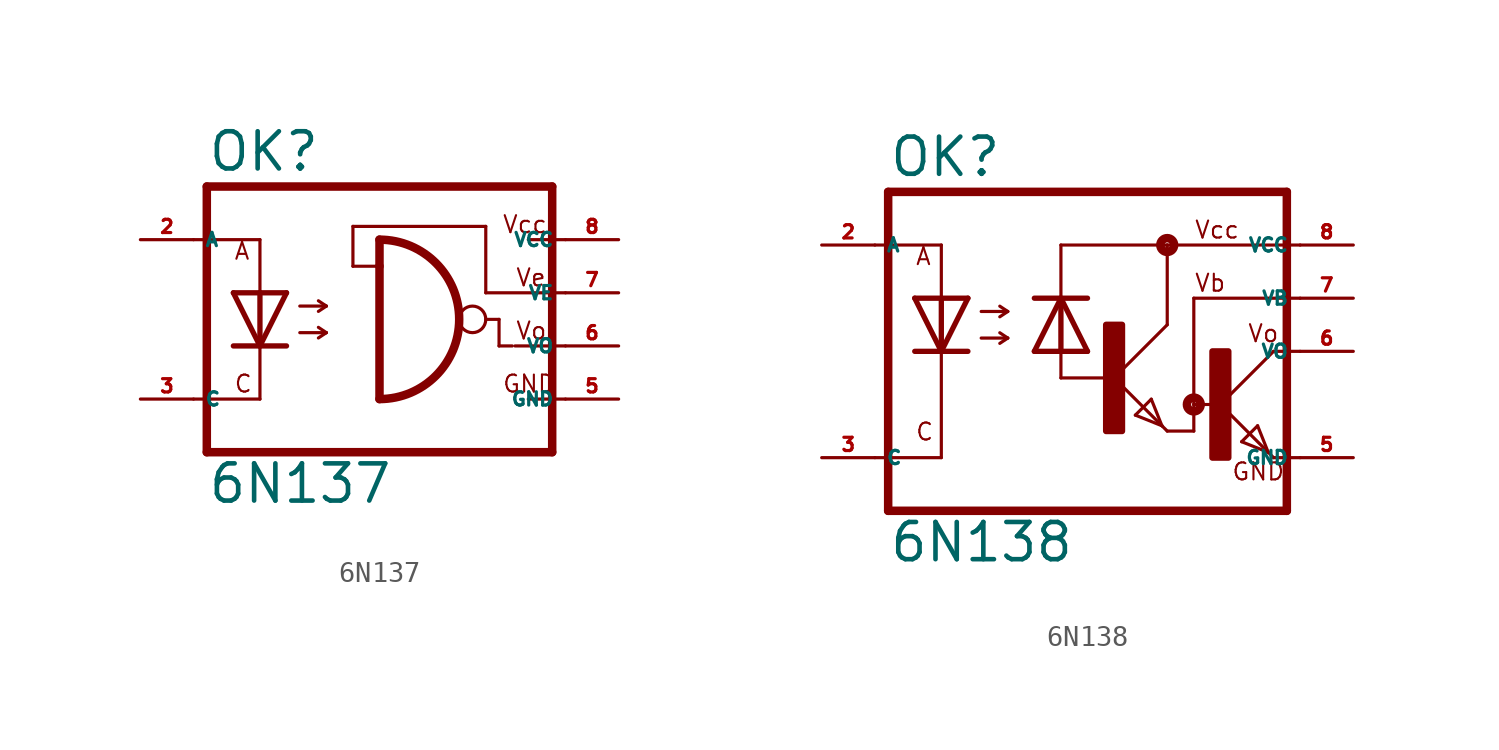
<source format=kicad_sym>
(kicad_symbol_lib
  (version 20220914)
  (generator kicad_symbol_editor)
  (symbol "6N137"
    (property "Reference" "OK"
      (at -9.525 8.255 0)
      (effects (font (size 1.778 1.778) (thickness 0.22)) (justify left bottom)))
    (property "Value" "6N137"
      (at -9.525 -7.62 0)
      (effects (font (size 1.778 1.778) (thickness 0.22)) (justify left bottom)))
    (symbol "6N137_1_1"
      (arc (start -1.27 -2.54) (mid 2.5234 1.27) (end -1.27 5.08) (stroke (width 0.4064) (type default)) (fill (type none)))
      (polyline (pts (xy -10.16 -2.54) (xy -6.985 -2.54)) (stroke (width 0.152) (type default)) (fill (type none)))
      (polyline (pts (xy -10.16 5.08) (xy -6.985 5.08)) (stroke (width 0.152) (type default)) (fill (type none)))
      (polyline (pts (xy -9.525 7.62) (xy -9.525 -5.08)) (stroke (width 0.406) (type default)) (fill (type none)))
      (polyline (pts (xy -6.985 -2.54) (xy -6.985 0)) (stroke (width 0.152) (type default)) (fill (type none)))
      (polyline (pts (xy -6.985 0) (xy -8.255 0)) (stroke (width 0.254) (type default)) (fill (type none)))
      (polyline (pts (xy -6.985 0) (xy -8.255 2.54)) (stroke (width 0.254) (type default)) (fill (type none)))
      (polyline (pts (xy -6.985 2.54) (xy -8.255 2.54)) (stroke (width 0.254) (type default)) (fill (type none)))
      (polyline (pts (xy -6.985 2.54) (xy -6.985 0)) (stroke (width 0.254) (type default)) (fill (type none)))
      (polyline (pts (xy -6.985 2.54) (xy -6.985 5.08)) (stroke (width 0.152) (type default)) (fill (type none)))
      (polyline (pts (xy -5.715 0) (xy -6.985 0)) (stroke (width 0.254) (type default)) (fill (type none)))
      (polyline (pts (xy -5.715 2.54) (xy -6.985 0)) (stroke (width 0.254) (type default)) (fill (type none)))
      (polyline (pts (xy -5.715 2.54) (xy -6.985 2.54)) (stroke (width 0.254) (type default)) (fill (type none)))
      (polyline (pts (xy -5.08 0.635) (xy -3.81 0.635)) (stroke (width 0.152) (type default)) (fill (type none)))
      (polyline (pts (xy -5.08 1.905) (xy -3.81 1.905)) (stroke (width 0.152) (type default)) (fill (type none)))
      (polyline (pts (xy -3.81 0.635) (xy -4.191 0.381)) (stroke (width 0.152) (type default)) (fill (type none)))
      (polyline (pts (xy -3.81 0.635) (xy -4.191 0.889)) (stroke (width 0.152) (type default)) (fill (type none)))
      (polyline (pts (xy -3.81 1.905) (xy -4.191 1.651)) (stroke (width 0.152) (type default)) (fill (type none)))
      (polyline (pts (xy -3.81 1.905) (xy -4.191 2.159)) (stroke (width 0.152) (type default)) (fill (type none)))
      (polyline (pts (xy -2.54 3.81) (xy -2.54 5.715)) (stroke (width 0.152) (type default)) (fill (type none)))
      (polyline (pts (xy -2.54 5.715) (xy 3.81 5.715)) (stroke (width 0.152) (type default)) (fill (type none)))
      (polyline (pts (xy -1.27 3.81) (xy -2.54 3.81)) (stroke (width 0.152) (type default)) (fill (type none)))
      (polyline (pts (xy -1.27 3.81) (xy -1.27 -2.54)) (stroke (width 0.406) (type default)) (fill (type none)))
      (polyline (pts (xy -1.27 5.08) (xy -1.27 3.81)) (stroke (width 0.406) (type default)) (fill (type none)))
      (polyline (pts (xy 3.81 1.27) (xy 4.445 1.27)) (stroke (width 0.152) (type default)) (fill (type none)))
      (polyline (pts (xy 3.81 2.54) (xy 7.62 2.54)) (stroke (width 0.152) (type default)) (fill (type none)))
      (polyline (pts (xy 3.81 5.715) (xy 3.81 2.54)) (stroke (width 0.152) (type default)) (fill (type none)))
      (polyline (pts (xy 4.445 0) (xy 5.08 0)) (stroke (width 0.152) (type default)) (fill (type none)))
      (polyline (pts (xy 4.445 1.27) (xy 4.445 0)) (stroke (width 0.152) (type default)) (fill (type none)))
      (polyline (pts (xy 5.207 0) (xy 7.62 0)) (stroke (width 0.152) (type default)) (fill (type none)))
      (polyline (pts (xy 5.842 -2.54) (xy 7.62 -2.54)) (stroke (width 0.152) (type default)) (fill (type none)))
      (polyline (pts (xy 5.842 5.08) (xy 7.62 5.08)) (stroke (width 0.152) (type default)) (fill (type none)))
      (polyline (pts (xy 6.985 -5.08) (xy -9.525 -5.08)) (stroke (width 0.406) (type default)) (fill (type none)))
      (polyline (pts (xy 6.985 7.62) (xy -9.525 7.62)) (stroke (width 0.406) (type default)) (fill (type none)))
      (polyline (pts (xy 6.985 7.62) (xy 6.985 -5.08)) (stroke (width 0.406) (type default)) (fill (type none)))
      (circle (center 3.175 1.27) (radius 0.635) (stroke (width 0.152) (type default)) (fill (type none)))
      (text "A" (at -8.255 4.064 0) (effects (font (size 0.813 0.813) (thickness 0.1)) (justify left bottom)))
      (text "C" (at -8.255 -2.286 0) (effects (font (size 0.813 0.813) (thickness 0.1)) (justify left bottom)))
      (text "GND" (at 4.572 -2.286 0) (effects (font (size 0.813 0.813) (thickness 0.1)) (justify left bottom)))
      (text "Vcc" (at 4.572 5.334 0) (effects (font (size 0.813 0.813) (thickness 0.1)) (justify left bottom)))
      (text "Ve" (at 5.207 2.794 0) (effects (font (size 0.813 0.813) (thickness 0.1)) (justify left bottom)))
      (text "Vo" (at 5.207 0.254 0) (effects (font (size 0.813 0.813) (thickness 0.1)) (justify left bottom)))
      (pin passive line (at -12.7 5.08 0) (length 2.54) (name "A" (effects (font (size 0.635 0.635)))) (number "2" (effects (font (size 0.635 0.635)))))
      (pin passive line (at -12.7 -2.54 0) (length 2.54) (name "C" (effects (font (size 0.635 0.635)))) (number "3" (effects (font (size 0.635 0.635)))))
      (pin passive line (at 10.16 -2.54 180) (length 2.54) (name "GND" (effects (font (size 0.635 0.635)))) (number "5" (effects (font (size 0.635 0.635)))))
      (pin passive line (at 10.16 0 180) (length 2.54) (name "VO" (effects (font (size 0.635 0.635)))) (number "6" (effects (font (size 0.635 0.635)))))
      (pin passive line (at 10.16 2.54 180) (length 2.54) (name "VE" (effects (font (size 0.635 0.635)))) (number "7" (effects (font (size 0.635 0.635)))))
      (pin passive line (at 10.16 5.08 180) (length 2.54) (name "VCC" (effects (font (size 0.635 0.635)))) (number "8" (effects (font (size 0.635 0.635)))))))
  (symbol "6N138"
    (property "Reference" "OK"
      (at -9.525 8.255 0)
      (effects (font (size 1.778 1.778) (thickness 0.22)) (justify left bottom)))
    (property "Value" "6N138"
      (at -9.525 -10.16 0)
      (effects (font (size 1.778 1.778) (thickness 0.22)) (justify left bottom)))
    (symbol "6N138_1_1"
      (polyline (pts (xy -10.16 -5.08) (xy -6.985 -5.08)) (stroke (width 0.152) (type default)) (fill (type none)))
      (polyline (pts (xy -10.16 5.08) (xy -6.985 5.08)) (stroke (width 0.152) (type default)) (fill (type none)))
      (polyline (pts (xy -9.525 7.62) (xy -9.525 -7.62)) (stroke (width 0.406) (type default)) (fill (type none)))
      (polyline (pts (xy -6.985 -5.08) (xy -6.985 0)) (stroke (width 0.152) (type default)) (fill (type none)))
      (polyline (pts (xy -6.985 0) (xy -8.255 0)) (stroke (width 0.254) (type default)) (fill (type none)))
      (polyline (pts (xy -6.985 0) (xy -8.255 2.54)) (stroke (width 0.254) (type default)) (fill (type none)))
      (polyline (pts (xy -6.985 2.54) (xy -8.255 2.54)) (stroke (width 0.254) (type default)) (fill (type none)))
      (polyline (pts (xy -6.985 2.54) (xy -6.985 0)) (stroke (width 0.254) (type default)) (fill (type none)))
      (polyline (pts (xy -6.985 2.54) (xy -6.985 5.08)) (stroke (width 0.152) (type default)) (fill (type none)))
      (polyline (pts (xy -5.715 0) (xy -6.985 0)) (stroke (width 0.254) (type default)) (fill (type none)))
      (polyline (pts (xy -5.715 2.54) (xy -6.985 0)) (stroke (width 0.254) (type default)) (fill (type none)))
      (polyline (pts (xy -5.715 2.54) (xy -6.985 2.54)) (stroke (width 0.254) (type default)) (fill (type none)))
      (polyline (pts (xy -5.08 0.635) (xy -3.81 0.635)) (stroke (width 0.152) (type default)) (fill (type none)))
      (polyline (pts (xy -5.08 1.905) (xy -3.81 1.905)) (stroke (width 0.152) (type default)) (fill (type none)))
      (polyline (pts (xy -3.81 0.635) (xy -4.191 0.381)) (stroke (width 0.152) (type default)) (fill (type none)))
      (polyline (pts (xy -3.81 0.635) (xy -4.191 0.889)) (stroke (width 0.152) (type default)) (fill (type none)))
      (polyline (pts (xy -3.81 1.905) (xy -4.191 1.651)) (stroke (width 0.152) (type default)) (fill (type none)))
      (polyline (pts (xy -3.81 1.905) (xy -4.191 2.159)) (stroke (width 0.152) (type default)) (fill (type none)))
      (polyline (pts (xy -2.54 0) (xy -1.27 0)) (stroke (width 0.254) (type default)) (fill (type none)))
      (polyline (pts (xy -2.54 0) (xy -1.27 2.54)) (stroke (width 0.254) (type default)) (fill (type none)))
      (polyline (pts (xy -2.54 2.54) (xy -1.27 2.54)) (stroke (width 0.254) (type default)) (fill (type none)))
      (polyline (pts (xy -1.27 -1.27) (xy -1.27 0)) (stroke (width 0.152) (type default)) (fill (type none)))
      (polyline (pts (xy -1.27 -1.27) (xy 1.27 -1.27)) (stroke (width 0.152) (type default)) (fill (type none)))
      (polyline (pts (xy -1.27 0) (xy -1.27 2.54)) (stroke (width 0.254) (type default)) (fill (type none)))
      (polyline (pts (xy -1.27 0) (xy 0 0)) (stroke (width 0.254) (type default)) (fill (type none)))
      (polyline (pts (xy -1.27 2.54) (xy 0 0)) (stroke (width 0.254) (type default)) (fill (type none)))
      (polyline (pts (xy -1.27 2.54) (xy 0 2.54)) (stroke (width 0.254) (type default)) (fill (type none)))
      (polyline (pts (xy -1.27 5.08) (xy -1.27 2.54)) (stroke (width 0.152) (type default)) (fill (type none)))
      (polyline (pts (xy 1.27 -1.27) (xy 3.556 -3.556)) (stroke (width 0.152) (type default)) (fill (type none)))
      (polyline (pts (xy 2.286 -3.048) (xy 3.048 -2.286)) (stroke (width 0.152) (type default)) (fill (type none)))
      (polyline (pts (xy 3.048 -2.286) (xy 3.556 -3.556)) (stroke (width 0.152) (type default)) (fill (type none)))
      (polyline (pts (xy 3.556 -3.556) (xy 2.286 -3.048)) (stroke (width 0.152) (type default)) (fill (type none)))
      (polyline (pts (xy 3.556 -3.556) (xy 3.81 -3.81)) (stroke (width 0.152) (type default)) (fill (type none)))
      (polyline (pts (xy 3.81 -3.81) (xy 5.08 -3.81)) (stroke (width 0.152) (type default)) (fill (type none)))
      (polyline (pts (xy 3.81 1.27) (xy 1.27 -1.27)) (stroke (width 0.152) (type default)) (fill (type none)))
      (polyline (pts (xy 3.81 1.27) (xy 3.81 5.08)) (stroke (width 0.152) (type default)) (fill (type none)))
      (polyline (pts (xy 3.81 5.08) (xy -1.27 5.08)) (stroke (width 0.152) (type default)) (fill (type none)))
      (polyline (pts (xy 3.81 5.08) (xy 10.16 5.08)) (stroke (width 0.152) (type default)) (fill (type none)))
      (polyline (pts (xy 5.08 -3.81) (xy 5.08 -2.54)) (stroke (width 0.152) (type default)) (fill (type none)))
      (polyline (pts (xy 5.08 -2.54) (xy 5.08 2.54)) (stroke (width 0.152) (type default)) (fill (type none)))
      (polyline (pts (xy 5.08 -2.54) (xy 6.35 -2.54)) (stroke (width 0.152) (type default)) (fill (type none)))
      (polyline (pts (xy 5.08 2.54) (xy 10.16 2.54)) (stroke (width 0.152) (type default)) (fill (type none)))
      (polyline (pts (xy 6.35 -2.54) (xy 8.636 -4.826)) (stroke (width 0.152) (type default)) (fill (type none)))
      (polyline (pts (xy 7.366 -4.318) (xy 8.128 -3.556)) (stroke (width 0.152) (type default)) (fill (type none)))
      (polyline (pts (xy 8.128 -3.556) (xy 8.636 -4.826)) (stroke (width 0.152) (type default)) (fill (type none)))
      (polyline (pts (xy 8.636 -4.826) (xy 7.366 -4.318)) (stroke (width 0.152) (type default)) (fill (type none)))
      (polyline (pts (xy 8.636 -4.826) (xy 8.89 -5.08)) (stroke (width 0.152) (type default)) (fill (type none)))
      (polyline (pts (xy 8.89 -5.08) (xy 10.16 -5.08)) (stroke (width 0.152) (type default)) (fill (type none)))
      (polyline (pts (xy 8.89 0) (xy 6.35 -2.54)) (stroke (width 0.152) (type default)) (fill (type none)))
      (polyline (pts (xy 8.89 0) (xy 10.16 0)) (stroke (width 0.152) (type default)) (fill (type none)))
      (polyline (pts (xy 9.525 -7.62) (xy -9.525 -7.62)) (stroke (width 0.406) (type default)) (fill (type none)))
      (polyline (pts (xy 9.525 7.62) (xy -9.525 7.62)) (stroke (width 0.406) (type default)) (fill (type none)))
      (polyline (pts (xy 9.525 7.62) (xy 9.525 -7.62)) (stroke (width 0.406) (type default)) (fill (type none)))
      (rectangle (start 0.889 -3.81) (end 1.651 1.27) (stroke (width 0.3) (type default)) (fill (type outline)))
      (circle (center 3.81 5.08) (radius 0.127) (stroke (width 0.406) (type default)) (fill (type none)))
      (circle (center 5.08 -2.54) (radius 0.127) (stroke (width 0.406) (type default)) (fill (type none)))
      (rectangle (start 5.969 -5.08) (end 6.731 0) (stroke (width 0.3) (type default)) (fill (type outline)))
      (text "A" (at -8.255 4.064 0) (effects (font (size 0.813 0.813) (thickness 0.1)) (justify left bottom)))
      (text "C" (at -8.255 -4.318 0) (effects (font (size 0.813 0.813) (thickness 0.1)) (justify left bottom)))
      (text "GND" (at 6.858 -6.223 0) (effects (font (size 0.813 0.813) (thickness 0.1)) (justify left bottom)))
      (text "Vb" (at 5.08 2.794 0) (effects (font (size 0.813 0.813) (thickness 0.1)) (justify left bottom)))
      (text "Vcc" (at 5.08 5.334 0) (effects (font (size 0.813 0.813) (thickness 0.1)) (justify left bottom)))
      (text "Vo" (at 7.62 0.381 0) (effects (font (size 0.813 0.813) (thickness 0.1)) (justify left bottom)))
      (pin passive line (at -12.7 5.08 0) (length 2.54) (name "A" (effects (font (size 0.635 0.635)))) (number "2" (effects (font (size 0.635 0.635)))))
      (pin passive line (at -12.7 -5.08 0) (length 2.54) (name "C" (effects (font (size 0.635 0.635)))) (number "3" (effects (font (size 0.635 0.635)))))
      (pin passive line (at 12.7 -5.08 180) (length 2.54) (name "GND" (effects (font (size 0.635 0.635)))) (number "5" (effects (font (size 0.635 0.635)))))
      (pin passive line (at 12.7 0 180) (length 2.54) (name "VO" (effects (font (size 0.635 0.635)))) (number "6" (effects (font (size 0.635 0.635)))))
      (pin passive line (at 12.7 2.54 180) (length 2.54) (name "VB" (effects (font (size 0.635 0.635)))) (number "7" (effects (font (size 0.635 0.635)))))
      (pin passive line (at 12.7 5.08 180) (length 2.54) (name "VCC" (effects (font (size 0.635 0.635)))) (number "8" (effects (font (size 0.635 0.635))))))))
</source>
